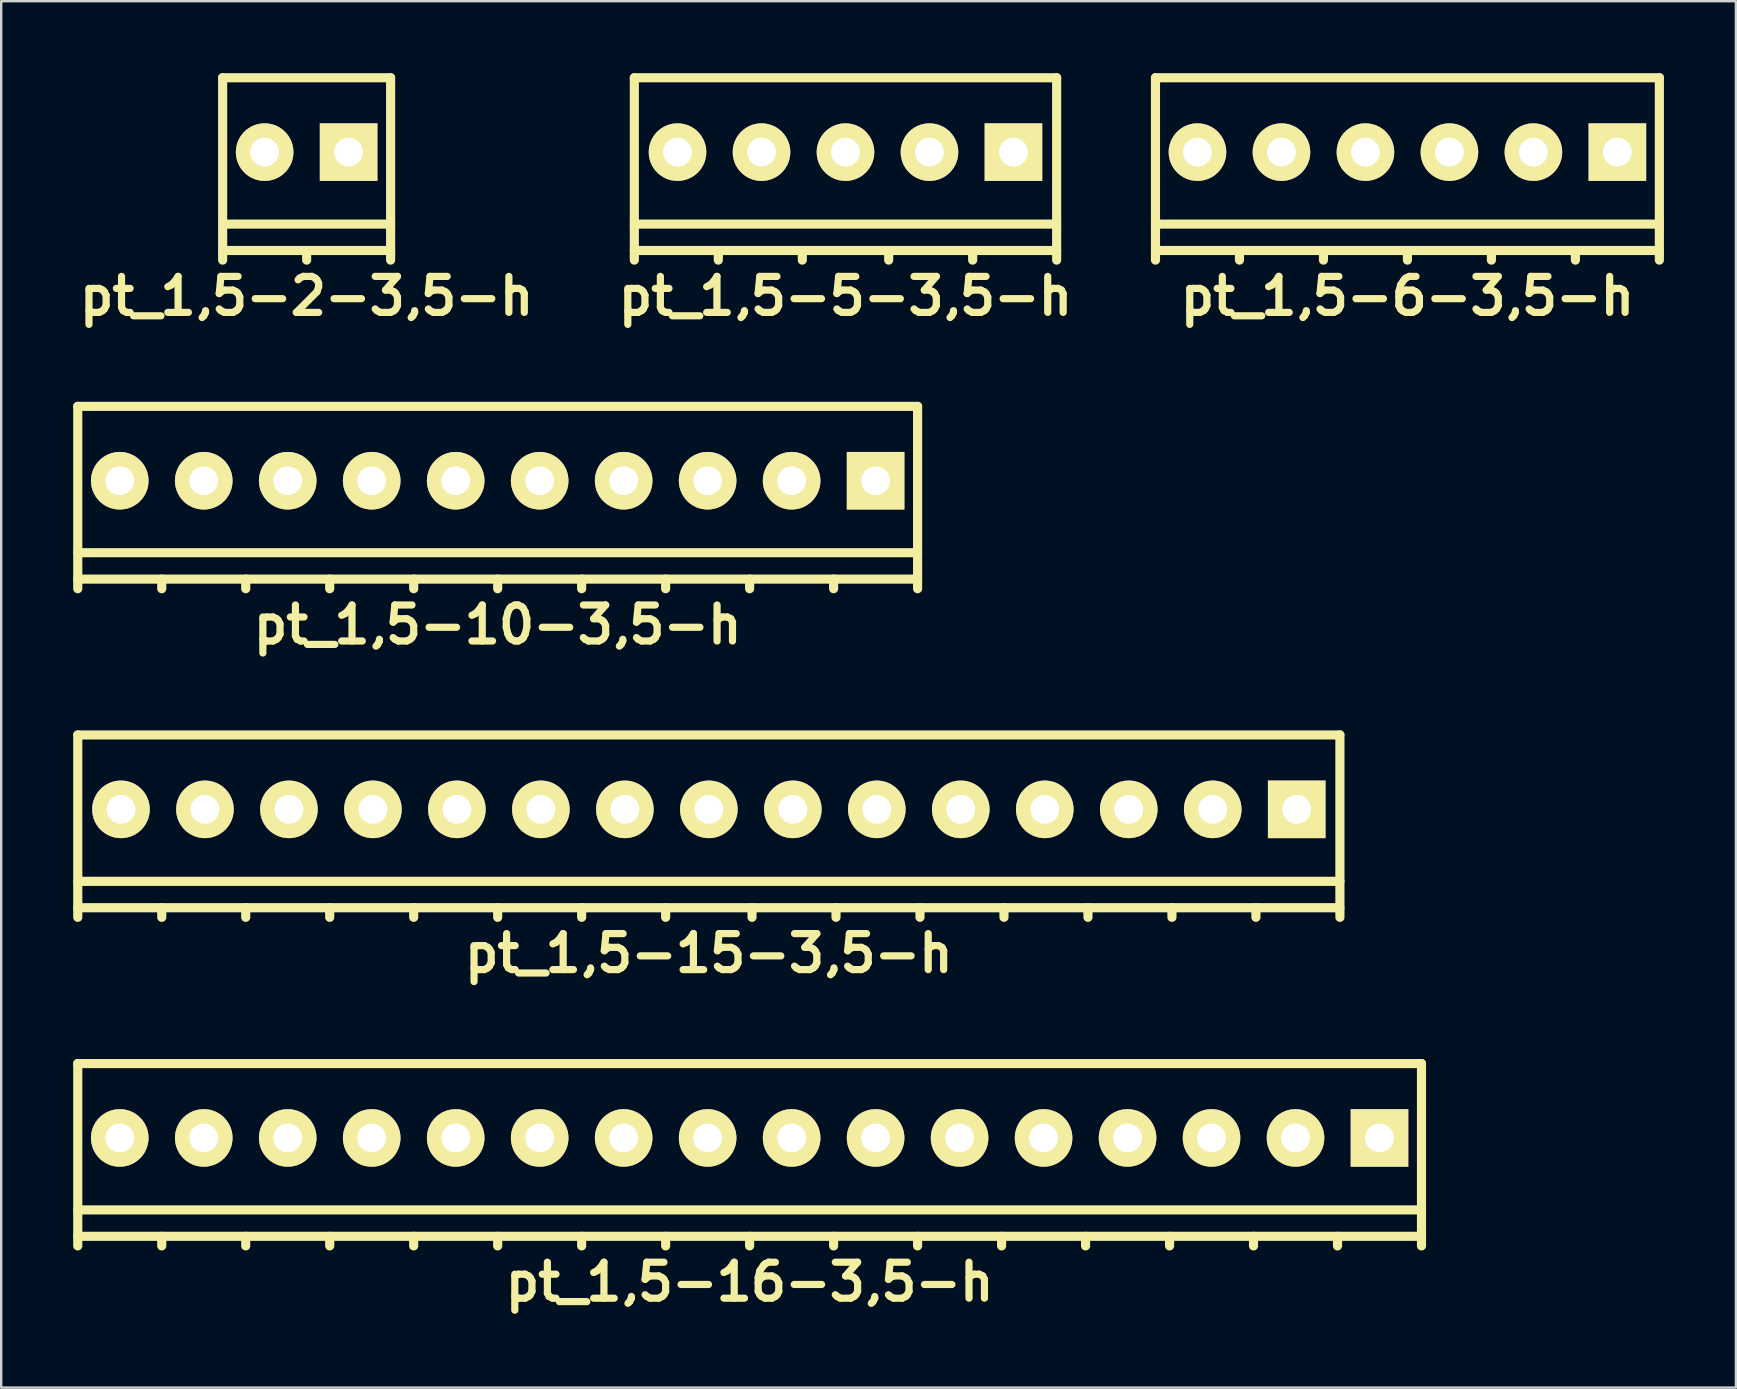
<source format=kicad_pcb>
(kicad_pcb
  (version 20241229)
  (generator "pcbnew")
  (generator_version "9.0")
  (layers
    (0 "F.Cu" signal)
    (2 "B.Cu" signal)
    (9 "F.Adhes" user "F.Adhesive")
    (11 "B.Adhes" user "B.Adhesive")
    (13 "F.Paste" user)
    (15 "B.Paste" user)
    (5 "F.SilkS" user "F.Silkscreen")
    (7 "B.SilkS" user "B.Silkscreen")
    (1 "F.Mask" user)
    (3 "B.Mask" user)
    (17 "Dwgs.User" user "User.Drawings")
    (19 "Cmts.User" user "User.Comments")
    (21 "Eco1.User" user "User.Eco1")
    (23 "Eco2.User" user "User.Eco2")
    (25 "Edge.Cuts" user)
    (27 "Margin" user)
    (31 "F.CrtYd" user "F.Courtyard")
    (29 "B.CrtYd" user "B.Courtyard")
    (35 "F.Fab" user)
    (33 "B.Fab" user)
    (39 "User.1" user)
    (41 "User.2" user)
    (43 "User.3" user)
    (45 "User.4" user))
  (footprint "pt_1,5-6-3,5-h"
    (layer "F.Cu")
    (at 55.605 3.99)
    (property "Reference" "pt_1,5-6-3,5-h" (at 0 5.3 0) (layer "F.SilkS") (effects (font (size 1.5 1.5) (thickness 0.3))))
    (attr through_hole)
    (fp_line (start -10.5 -3.8) (end -10.5 3.8) (stroke (width 0.381) (type solid)) (layer "F.SilkS"))
    (fp_line (start -10.5 2.3) (end 10.5 2.3) (stroke (width 0.381) (type solid)) (layer "F.SilkS"))
    (fp_line (start -10.5 3.4) (end 10.5 3.4) (stroke (width 0.381) (type solid)) (layer "F.SilkS"))
    (fp_line (start -7 3.4) (end -7 3.8) (stroke (width 0.381) (type solid)) (layer "F.SilkS"))
    (fp_line (start -3.5 3.4) (end -3.5 3.8) (stroke (width 0.381) (type solid)) (layer "F.SilkS"))
    (fp_line (start 0 3.4) (end 0 3.8) (stroke (width 0.381) (type solid)) (layer "F.SilkS"))
    (fp_line (start 3.5 3.4) (end 3.5 3.8) (stroke (width 0.381) (type solid)) (layer "F.SilkS"))
    (fp_line (start 7 3.4) (end 7 3.8) (stroke (width 0.381) (type solid)) (layer "F.SilkS"))
    (fp_line (start 10.5 -3.8) (end -10.5 -3.8) (stroke (width 0.381) (type solid)) (layer "F.SilkS"))
    (fp_line (start 10.5 3.8) (end 10.5 -3.8) (stroke (width 0.381) (type solid)) (layer "F.SilkS"))
    (pad "1" thru_hole rect (at 8.75 -0.7) (size 2.4 2.4) (drill 1.2) (layers "*.Cu" "*.Mask" "F.SilkS"))
    (pad "2" thru_hole circle (at 5.25 -0.7) (size 2.4 2.4) (drill 1.2) (layers "*.Cu" "*.Mask" "F.SilkS"))
    (pad "3" thru_hole circle (at 1.75 -0.7) (size 2.4 2.4) (drill 1.2) (layers "*.Cu" "*.Mask" "F.SilkS"))
    (pad "4" thru_hole circle (at -1.75 -0.7) (size 2.4 2.4) (drill 1.2) (layers "*.Cu" "*.Mask" "F.SilkS"))
    (pad "5" thru_hole circle (at -5.25 -0.7) (size 2.4 2.4) (drill 1.2) (layers "*.Cu" "*.Mask" "F.SilkS"))
    (pad "6" thru_hole circle (at -8.75 -0.7) (size 2.4 2.4) (drill 1.2) (layers "*.Cu" "*.Mask" "F.SilkS")))
  (footprint "pt_1,5-5-3,5-h"
    (layer "F.Cu")
    (at 32.186 3.99)
    (property "Reference" "pt_1,5-5-3,5-h" (at 0 5.3 0) (layer "F.SilkS") (effects (font (size 1.5 1.5) (thickness 0.3))))
    (attr through_hole)
    (fp_line (start -8.8 -3.8) (end -8.8 3.8) (stroke (width 0.381) (type solid)) (layer "F.SilkS"))
    (fp_line (start -8.8 2.3) (end 8.8 2.3) (stroke (width 0.381) (type solid)) (layer "F.SilkS"))
    (fp_line (start -8.8 3.4) (end 8.8 3.4) (stroke (width 0.381) (type solid)) (layer "F.SilkS"))
    (fp_line (start -5.3 3.4) (end -5.3 3.8) (stroke (width 0.381) (type solid)) (layer "F.SilkS"))
    (fp_line (start -1.8 3.4) (end -1.8 3.8) (stroke (width 0.381) (type solid)) (layer "F.SilkS"))
    (fp_line (start 1.8 3.4) (end 1.8 3.8) (stroke (width 0.381) (type solid)) (layer "F.SilkS"))
    (fp_line (start 5.3 3.4) (end 5.3 3.8) (stroke (width 0.381) (type solid)) (layer "F.SilkS"))
    (fp_line (start 8.8 -3.8) (end -8.8 -3.8) (stroke (width 0.381) (type solid)) (layer "F.SilkS"))
    (fp_line (start 8.8 3.8) (end 8.8 -3.8) (stroke (width 0.381) (type solid)) (layer "F.SilkS"))
    (pad "1" thru_hole rect (at 7 -0.7) (size 2.4 2.4) (drill 1.2) (layers "*.Cu" "*.Mask" "F.SilkS"))
    (pad "2" thru_hole circle (at 3.5 -0.7) (size 2.4 2.4) (drill 1.2) (layers "*.Cu" "*.Mask" "F.SilkS"))
    (pad "3" thru_hole circle (at 0 -0.7) (size 2.4 2.4) (drill 1.2) (layers "*.Cu" "*.Mask" "F.SilkS"))
    (pad "4" thru_hole circle (at -3.5 -0.7) (size 2.4 2.4) (drill 1.2) (layers "*.Cu" "*.Mask" "F.SilkS"))
    (pad "5" thru_hole circle (at -7 -0.7) (size 2.4 2.4) (drill 1.2) (layers "*.Cu" "*.Mask" "F.SilkS")))
  (footprint "pt_1,5-15-3,5-h"
    (layer "F.Cu")
    (at 26.491 31.38)
    (property "Reference" "pt_1,5-15-3,5-h" (at 0 5.3 0) (layer "F.SilkS") (effects (font (size 1.5 1.5) (thickness 0.3))))
    (attr through_hole)
    (fp_line (start -26.3 -3.8) (end -26.3 3.8) (stroke (width 0.381) (type solid)) (layer "F.SilkS"))
    (fp_line (start -26.3 2.3) (end 26.3 2.3) (stroke (width 0.381) (type solid)) (layer "F.SilkS"))
    (fp_line (start -26.3 3.4) (end 26.3 3.4) (stroke (width 0.381) (type solid)) (layer "F.SilkS"))
    (fp_line (start -22.8 3.4) (end -22.8 3.8) (stroke (width 0.381) (type solid)) (layer "F.SilkS"))
    (fp_line (start -19.3 3.4) (end -19.3 3.8) (stroke (width 0.381) (type solid)) (layer "F.SilkS"))
    (fp_line (start -15.8 3.4) (end -15.8 3.8) (stroke (width 0.381) (type solid)) (layer "F.SilkS"))
    (fp_line (start -12.3 3.4) (end -12.3 3.8) (stroke (width 0.381) (type solid)) (layer "F.SilkS"))
    (fp_line (start -8.8 3.4) (end -8.8 3.8) (stroke (width 0.381) (type solid)) (layer "F.SilkS"))
    (fp_line (start -5.3 3.4) (end -5.3 3.8) (stroke (width 0.381) (type solid)) (layer "F.SilkS"))
    (fp_line (start -1.8 3.4) (end -1.8 3.8) (stroke (width 0.381) (type solid)) (layer "F.SilkS"))
    (fp_line (start 1.8 3.4) (end 1.8 3.8) (stroke (width 0.381) (type solid)) (layer "F.SilkS"))
    (fp_line (start 5.3 3.4) (end 5.3 3.8) (stroke (width 0.381) (type solid)) (layer "F.SilkS"))
    (fp_line (start 8.8 3.4) (end 8.8 3.8) (stroke (width 0.381) (type solid)) (layer "F.SilkS"))
    (fp_line (start 12.3 3.4) (end 12.3 3.8) (stroke (width 0.381) (type solid)) (layer "F.SilkS"))
    (fp_line (start 15.8 3.4) (end 15.8 3.8) (stroke (width 0.381) (type solid)) (layer "F.SilkS"))
    (fp_line (start 19.3 3.4) (end 19.3 3.8) (stroke (width 0.381) (type solid)) (layer "F.SilkS"))
    (fp_line (start 22.8 3.4) (end 22.8 3.8) (stroke (width 0.381) (type solid)) (layer "F.SilkS"))
    (fp_line (start 26.3 -3.8) (end -26.3 -3.8) (stroke (width 0.381) (type solid)) (layer "F.SilkS"))
    (fp_line (start 26.3 3.8) (end 26.3 -3.8) (stroke (width 0.381) (type solid)) (layer "F.SilkS"))
    (pad "1" thru_hole rect (at 24.5 -0.7) (size 2.4 2.4) (drill 1.2) (layers "*.Cu" "*.Mask" "F.SilkS"))
    (pad "2" thru_hole circle (at 21 -0.7) (size 2.4 2.4) (drill 1.2) (layers "*.Cu" "*.Mask" "F.SilkS"))
    (pad "3" thru_hole circle (at 17.5 -0.7) (size 2.4 2.4) (drill 1.2) (layers "*.Cu" "*.Mask" "F.SilkS"))
    (pad "4" thru_hole circle (at 14 -0.7) (size 2.4 2.4) (drill 1.2) (layers "*.Cu" "*.Mask" "F.SilkS"))
    (pad "5" thru_hole circle (at 10.5 -0.7) (size 2.4 2.4) (drill 1.2) (layers "*.Cu" "*.Mask" "F.SilkS"))
    (pad "6" thru_hole circle (at 7 -0.7) (size 2.4 2.4) (drill 1.2) (layers "*.Cu" "*.Mask" "F.SilkS"))
    (pad "7" thru_hole circle (at 3.5 -0.7) (size 2.4 2.4) (drill 1.2) (layers "*.Cu" "*.Mask" "F.SilkS"))
    (pad "8" thru_hole circle (at 0 -0.7) (size 2.4 2.4) (drill 1.2) (layers "*.Cu" "*.Mask" "F.SilkS"))
    (pad "9" thru_hole circle (at -3.5 -0.7) (size 2.4 2.4) (drill 1.2) (layers "*.Cu" "*.Mask" "F.SilkS"))
    (pad "10" thru_hole circle (at -7 -0.7) (size 2.4 2.4) (drill 1.2) (layers "*.Cu" "*.Mask" "F.SilkS"))
    (pad "11" thru_hole circle (at -10.5 -0.7) (size 2.4 2.4) (drill 1.2) (layers "*.Cu" "*.Mask" "F.SilkS"))
    (pad "12" thru_hole circle (at -14 -0.7) (size 2.4 2.4) (drill 1.2) (layers "*.Cu" "*.Mask" "F.SilkS"))
    (pad "13" thru_hole circle (at -17.5 -0.7) (size 2.4 2.4) (drill 1.2) (layers "*.Cu" "*.Mask" "F.SilkS"))
    (pad "14" thru_hole circle (at -21 -0.7) (size 2.4 2.4) (drill 1.2) (layers "*.Cu" "*.Mask" "F.SilkS"))
    (pad "15" thru_hole circle (at -24.5 -0.7) (size 2.4 2.4) (drill 1.2) (layers "*.Cu" "*.Mask" "F.SilkS")))
  (footprint "pt_1,5-10-3,5-h"
    (layer "F.Cu")
    (at 17.691 17.685)
    (property "Reference" "pt_1,5-10-3,5-h" (at 0 5.3 0) (layer "F.SilkS") (effects (font (size 1.5 1.5) (thickness 0.3))))
    (attr through_hole)
    (fp_line (start -17.5 -3.8) (end -17.5 3.8) (stroke (width 0.381) (type solid)) (layer "F.SilkS"))
    (fp_line (start -17.5 2.3) (end 17.5 2.3) (stroke (width 0.381) (type solid)) (layer "F.SilkS"))
    (fp_line (start -17.5 3.4) (end 17.5 3.4) (stroke (width 0.381) (type solid)) (layer "F.SilkS"))
    (fp_line (start -14 3.4) (end -14 3.8) (stroke (width 0.381) (type solid)) (layer "F.SilkS"))
    (fp_line (start -10.5 3.4) (end -10.5 3.8) (stroke (width 0.381) (type solid)) (layer "F.SilkS"))
    (fp_line (start -7 3.4) (end -7 3.8) (stroke (width 0.381) (type solid)) (layer "F.SilkS"))
    (fp_line (start -3.5 3.4) (end -3.5 3.8) (stroke (width 0.381) (type solid)) (layer "F.SilkS"))
    (fp_line (start 0 3.4) (end 0 3.8) (stroke (width 0.381) (type solid)) (layer "F.SilkS"))
    (fp_line (start 3.5 3.4) (end 3.5 3.8) (stroke (width 0.381) (type solid)) (layer "F.SilkS"))
    (fp_line (start 7 3.4) (end 7 3.8) (stroke (width 0.381) (type solid)) (layer "F.SilkS"))
    (fp_line (start 10.5 3.4) (end 10.5 3.8) (stroke (width 0.381) (type solid)) (layer "F.SilkS"))
    (fp_line (start 14 3.4) (end 14 3.8) (stroke (width 0.381) (type solid)) (layer "F.SilkS"))
    (fp_line (start 17.5 -3.8) (end -17.5 -3.8) (stroke (width 0.381) (type solid)) (layer "F.SilkS"))
    (fp_line (start 17.5 3.8) (end 17.5 -3.8) (stroke (width 0.381) (type solid)) (layer "F.SilkS"))
    (pad "1" thru_hole rect (at 15.75 -0.7) (size 2.4 2.4) (drill 1.2) (layers "*.Cu" "*.Mask" "F.SilkS"))
    (pad "2" thru_hole circle (at 12.25 -0.7) (size 2.4 2.4) (drill 1.2) (layers "*.Cu" "*.Mask" "F.SilkS"))
    (pad "3" thru_hole circle (at 8.75 -0.7) (size 2.4 2.4) (drill 1.2) (layers "*.Cu" "*.Mask" "F.SilkS"))
    (pad "4" thru_hole circle (at 5.25 -0.7) (size 2.4 2.4) (drill 1.2) (layers "*.Cu" "*.Mask" "F.SilkS"))
    (pad "5" thru_hole circle (at 1.75 -0.7) (size 2.4 2.4) (drill 1.2) (layers "*.Cu" "*.Mask" "F.SilkS"))
    (pad "6" thru_hole circle (at -1.75 -0.7) (size 2.4 2.4) (drill 1.2) (layers "*.Cu" "*.Mask" "F.SilkS"))
    (pad "7" thru_hole circle (at -5.25 -0.7) (size 2.4 2.4) (drill 1.2) (layers "*.Cu" "*.Mask" "F.SilkS"))
    (pad "8" thru_hole circle (at -8.75 -0.7) (size 2.4 2.4) (drill 1.2) (layers "*.Cu" "*.Mask" "F.SilkS"))
    (pad "9" thru_hole circle (at -12.25 -0.7) (size 2.4 2.4) (drill 1.2) (layers "*.Cu" "*.Mask" "F.SilkS"))
    (pad "10" thru_hole circle (at -15.75 -0.7) (size 2.4 2.4) (drill 1.2) (layers "*.Cu" "*.Mask" "F.SilkS")))
  (footprint "pt_1,5-2-3,5-h"
    (layer "F.Cu")
    (at 9.729 3.99)
    (property "Reference" "pt_1,5-2-3,5-h" (at 0 5.3 0) (layer "F.SilkS") (effects (font (size 1.5 1.5) (thickness 0.3))))
    (attr through_hole)
    (fp_line (start -3.5 -3.8) (end -3.5 3.8) (stroke (width 0.381) (type solid)) (layer "F.SilkS"))
    (fp_line (start -3.5 2.3) (end 3.5 2.3) (stroke (width 0.381) (type solid)) (layer "F.SilkS"))
    (fp_line (start -3.5 3.4) (end 3.5 3.4) (stroke (width 0.381) (type solid)) (layer "F.SilkS"))
    (fp_line (start 0 3.4) (end 0 3.8) (stroke (width 0.381) (type solid)) (layer "F.SilkS"))
    (fp_line (start 3.5 -3.8) (end -3.5 -3.8) (stroke (width 0.381) (type solid)) (layer "F.SilkS"))
    (fp_line (start 3.5 3.8) (end 3.5 -3.8) (stroke (width 0.381) (type solid)) (layer "F.SilkS"))
    (pad "1" thru_hole rect (at 1.75 -0.7) (size 2.4 2.4) (drill 1.2) (layers "*.Cu" "*.Mask" "F.SilkS"))
    (pad "2" thru_hole circle (at -1.75 -0.7) (size 2.4 2.4) (drill 1.2) (layers "*.Cu" "*.Mask" "F.SilkS")))
  (footprint "pt_1,5-16-3,5-h"
    (layer "F.Cu")
    (at 28.191 45.074)
    (property "Reference" "pt_1,5-16-3,5-h" (at 0 5.3 0) (layer "F.SilkS") (effects (font (size 1.5 1.5) (thickness 0.3))))
    (attr through_hole)
    (fp_line (start -28 -3.8) (end -28 3.8) (stroke (width 0.381) (type solid)) (layer "F.SilkS"))
    (fp_line (start -28 2.3) (end 28 2.3) (stroke (width 0.381) (type solid)) (layer "F.SilkS"))
    (fp_line (start -28 3.4) (end 28 3.4) (stroke (width 0.381) (type solid)) (layer "F.SilkS"))
    (fp_line (start -24.5 3.4) (end -24.5 3.8) (stroke (width 0.381) (type solid)) (layer "F.SilkS"))
    (fp_line (start -21 3.4) (end -21 3.8) (stroke (width 0.381) (type solid)) (layer "F.SilkS"))
    (fp_line (start -17.5 3.4) (end -17.5 3.8) (stroke (width 0.381) (type solid)) (layer "F.SilkS"))
    (fp_line (start -14 3.4) (end -14 3.8) (stroke (width 0.381) (type solid)) (layer "F.SilkS"))
    (fp_line (start -10.5 3.4) (end -10.5 3.8) (stroke (width 0.381) (type solid)) (layer "F.SilkS"))
    (fp_line (start -7 3.4) (end -7 3.8) (stroke (width 0.381) (type solid)) (layer "F.SilkS"))
    (fp_line (start -3.5 3.4) (end -3.5 3.8) (stroke (width 0.381) (type solid)) (layer "F.SilkS"))
    (fp_line (start 0 3.4) (end 0 3.8) (stroke (width 0.381) (type solid)) (layer "F.SilkS"))
    (fp_line (start 3.5 3.4) (end 3.5 3.8) (stroke (width 0.381) (type solid)) (layer "F.SilkS"))
    (fp_line (start 7 3.4) (end 7 3.8) (stroke (width 0.381) (type solid)) (layer "F.SilkS"))
    (fp_line (start 10.5 3.4) (end 10.5 3.8) (stroke (width 0.381) (type solid)) (layer "F.SilkS"))
    (fp_line (start 14 3.4) (end 14 3.8) (stroke (width 0.381) (type solid)) (layer "F.SilkS"))
    (fp_line (start 17.5 3.4) (end 17.5 3.8) (stroke (width 0.381) (type solid)) (layer "F.SilkS"))
    (fp_line (start 21 3.4) (end 21 3.8) (stroke (width 0.381) (type solid)) (layer "F.SilkS"))
    (fp_line (start 24.5 3.4) (end 24.5 3.8) (stroke (width 0.381) (type solid)) (layer "F.SilkS"))
    (fp_line (start 28 -3.8) (end -28 -3.8) (stroke (width 0.381) (type solid)) (layer "F.SilkS"))
    (fp_line (start 28 3.8) (end 28 -3.8) (stroke (width 0.381) (type solid)) (layer "F.SilkS"))
    (pad "1" thru_hole rect (at 26.25 -0.7) (size 2.4 2.4) (drill 1.2) (layers "*.Cu" "*.Mask" "F.SilkS"))
    (pad "2" thru_hole circle (at 22.75 -0.7) (size 2.4 2.4) (drill 1.2) (layers "*.Cu" "*.Mask" "F.SilkS"))
    (pad "3" thru_hole circle (at 19.25 -0.7) (size 2.4 2.4) (drill 1.2) (layers "*.Cu" "*.Mask" "F.SilkS"))
    (pad "4" thru_hole circle (at 15.75 -0.7) (size 2.4 2.4) (drill 1.2) (layers "*.Cu" "*.Mask" "F.SilkS"))
    (pad "5" thru_hole circle (at 12.25 -0.7) (size 2.4 2.4) (drill 1.2) (layers "*.Cu" "*.Mask" "F.SilkS"))
    (pad "6" thru_hole circle (at 8.75 -0.7) (size 2.4 2.4) (drill 1.2) (layers "*.Cu" "*.Mask" "F.SilkS"))
    (pad "7" thru_hole circle (at 5.25 -0.7) (size 2.4 2.4) (drill 1.2) (layers "*.Cu" "*.Mask" "F.SilkS"))
    (pad "8" thru_hole circle (at 1.75 -0.7) (size 2.4 2.4) (drill 1.2) (layers "*.Cu" "*.Mask" "F.SilkS"))
    (pad "9" thru_hole circle (at -1.75 -0.7) (size 2.4 2.4) (drill 1.2) (layers "*.Cu" "*.Mask" "F.SilkS"))
    (pad "10" thru_hole circle (at -5.25 -0.7) (size 2.4 2.4) (drill 1.2) (layers "*.Cu" "*.Mask" "F.SilkS"))
    (pad "11" thru_hole circle (at -8.75 -0.7) (size 2.4 2.4) (drill 1.2) (layers "*.Cu" "*.Mask" "F.SilkS"))
    (pad "12" thru_hole circle (at -12.25 -0.7) (size 2.4 2.4) (drill 1.2) (layers "*.Cu" "*.Mask" "F.SilkS"))
    (pad "13" thru_hole circle (at -15.75 -0.7) (size 2.4 2.4) (drill 1.2) (layers "*.Cu" "*.Mask" "F.SilkS"))
    (pad "14" thru_hole circle (at -19.25 -0.7) (size 2.4 2.4) (drill 1.2) (layers "*.Cu" "*.Mask" "F.SilkS"))
    (pad "15" thru_hole circle (at -22.75 -0.7) (size 2.4 2.4) (drill 1.2) (layers "*.Cu" "*.Mask" "F.SilkS"))
    (pad "16" thru_hole circle (at -26.25 -0.7) (size 2.4 2.4) (drill 1.2) (layers "*.Cu" "*.Mask" "F.SilkS")))
  (gr_rect
    (start -3 -3)
    (end 69.295 54.778)
    (stroke (width 0.1) (type default))
    (fill no)
    (layer "Edge.Cuts")))
</source>
